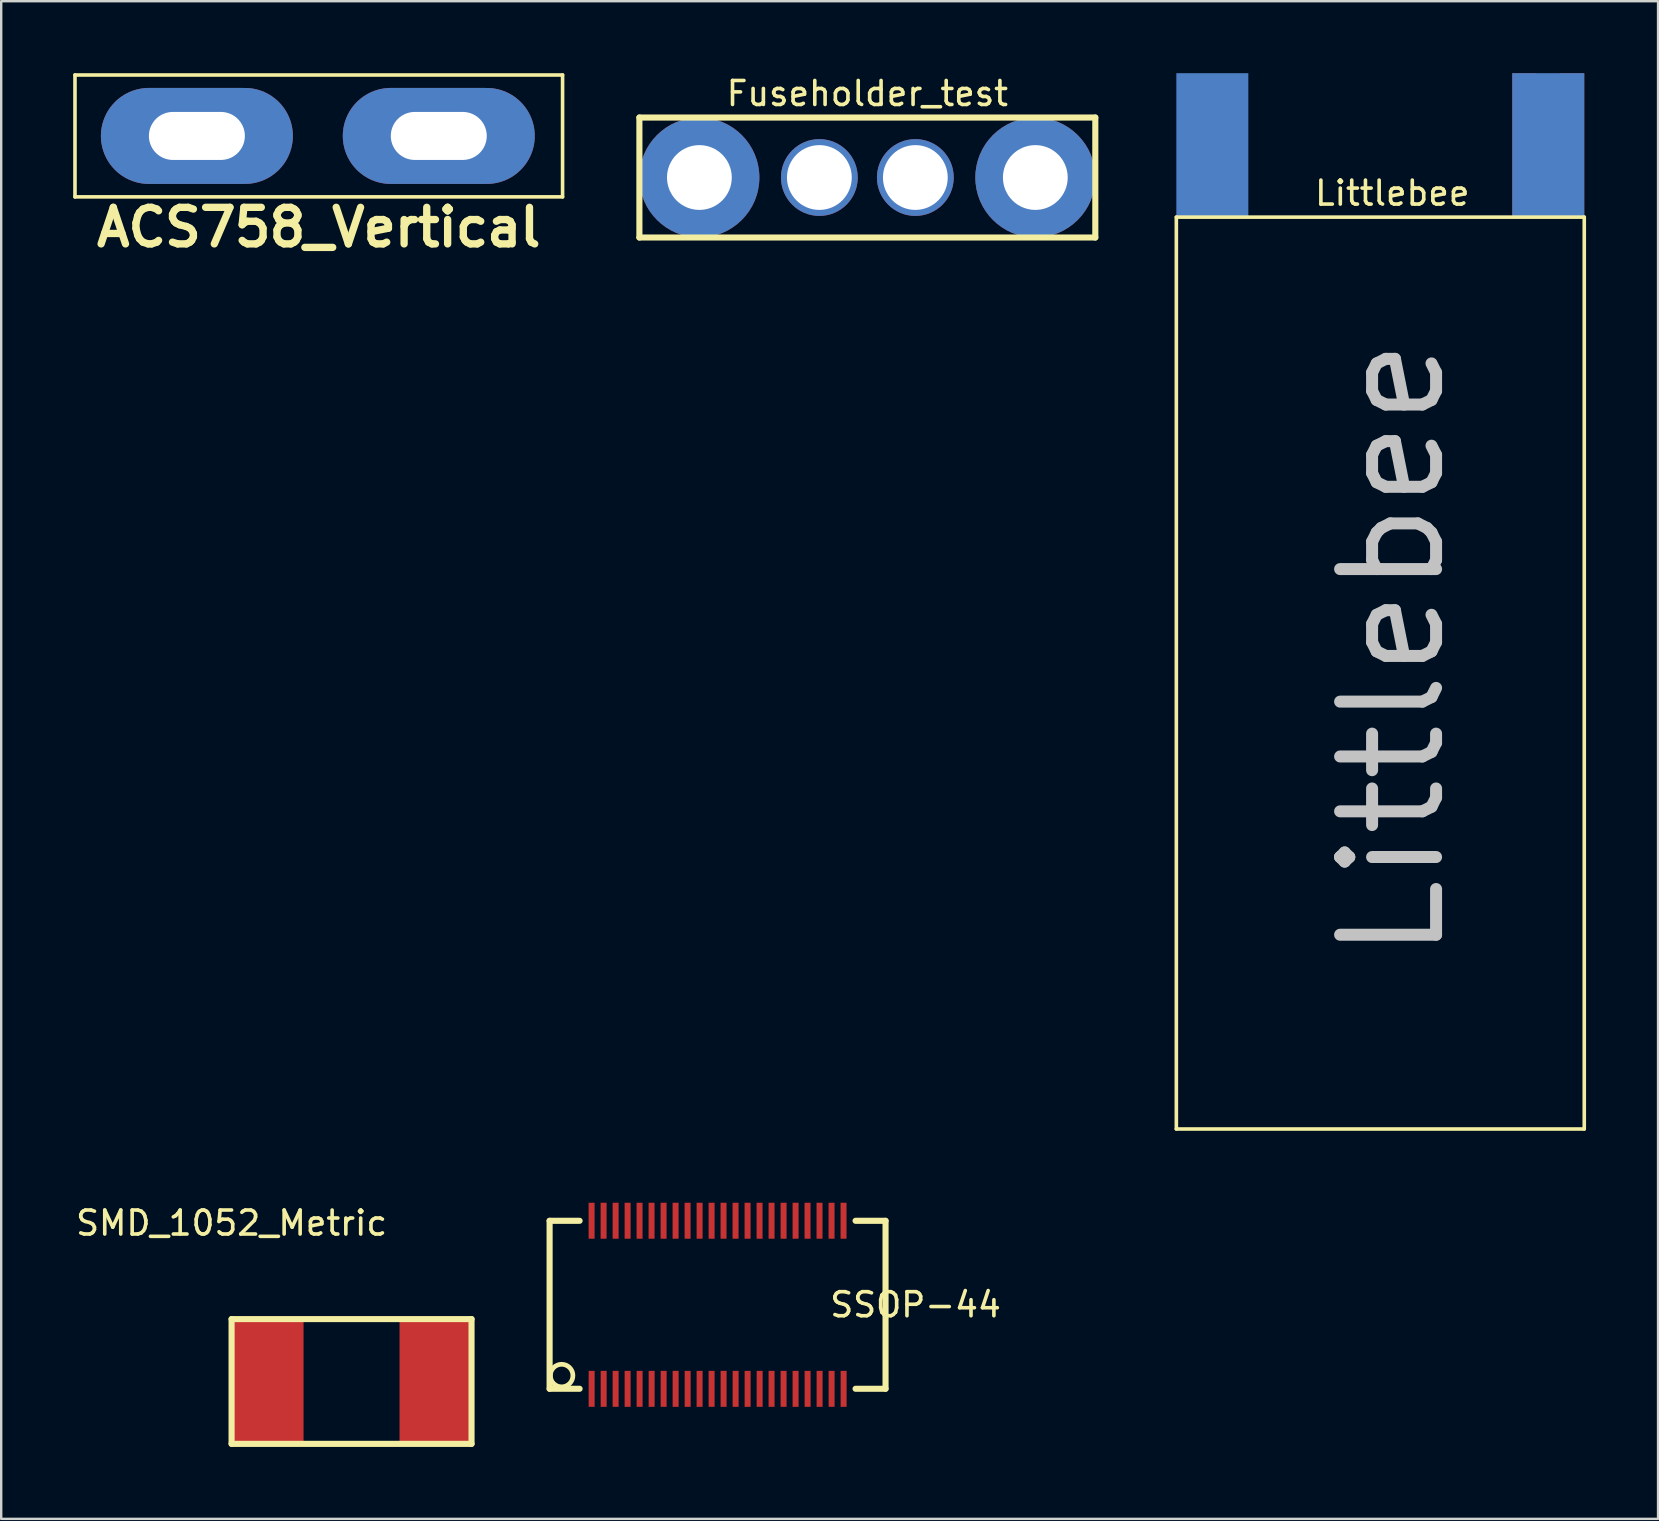
<source format=kicad_pcb>
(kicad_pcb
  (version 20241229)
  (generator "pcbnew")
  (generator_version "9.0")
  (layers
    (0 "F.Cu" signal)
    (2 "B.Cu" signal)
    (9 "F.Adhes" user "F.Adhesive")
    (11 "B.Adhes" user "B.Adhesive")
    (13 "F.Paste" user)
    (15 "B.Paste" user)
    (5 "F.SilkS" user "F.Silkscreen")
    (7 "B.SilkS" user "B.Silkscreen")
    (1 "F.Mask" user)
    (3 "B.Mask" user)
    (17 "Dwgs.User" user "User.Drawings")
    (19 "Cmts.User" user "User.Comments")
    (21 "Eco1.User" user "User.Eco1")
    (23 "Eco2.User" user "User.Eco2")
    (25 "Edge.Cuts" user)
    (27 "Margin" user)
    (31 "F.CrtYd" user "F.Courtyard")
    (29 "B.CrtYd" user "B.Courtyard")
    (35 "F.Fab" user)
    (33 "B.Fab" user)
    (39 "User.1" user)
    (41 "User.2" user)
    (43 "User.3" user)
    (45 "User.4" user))
  (footprint "Fuseholder_test"
    (layer "F.Cu")
    (at 33.097 4.348)
    (property "Reference" "Fuseholder_test" (at 0 -3.5 0) (layer "F.SilkS") (effects (font (size 1 1) (thickness 0.15))))
    (attr through_hole)
    (fp_line (start -9.5 -2.5) (end 9.5 -2.5) (stroke (width 0.254) (type solid)) (layer "F.SilkS"))
    (fp_line (start -9.5 2.5) (end -9.5 -2.5) (stroke (width 0.254) (type solid)) (layer "F.SilkS"))
    (fp_line (start 9.5 -2.5) (end 9.5 2.5) (stroke (width 0.254) (type solid)) (layer "F.SilkS"))
    (fp_line (start 9.5 2.5) (end -9.5 2.5) (stroke (width 0.254) (type solid)) (layer "F.SilkS"))
    (pad "1" thru_hole circle (at -7 0) (size 5 5) (drill 2.7) (layers "*.Cu" "*.Mask"))
    (pad "1" thru_hole circle (at -2 0) (size 3.2 3.2) (drill 2.7) (layers "*.Cu" "*.Mask"))
    (pad "2" thru_hole circle (at 2 0) (size 3.2 3.2) (drill 2.7) (layers "*.Cu" "*.Mask"))
    (pad "2" thru_hole circle (at 7 0) (size 5 5) (drill 2.7) (layers "*.Cu" "*.Mask")))
  (footprint "ACS758_Vertical"
    (layer "F.Cu")
    (at 10.235 2.615)
    (property "Reference" "ACS758_Vertical" (at 0 3.81 0) (layer "F.SilkS") (effects (font (size 1.524 1.524) (thickness 0.305))))
    (attr through_hole)
    (fp_line (start -10.16 -2.54) (end -10.16 2.54) (stroke (width 0.15) (type solid)) (layer "F.SilkS"))
    (fp_line (start -10.16 2.54) (end 10.16 2.54) (stroke (width 0.15) (type solid)) (layer "F.SilkS"))
    (fp_line (start 10.16 -2.54) (end -10.16 -2.54) (stroke (width 0.15) (type solid)) (layer "F.SilkS"))
    (fp_line (start 10.16 2.54) (end 10.16 -2.54) (stroke (width 0.15) (type solid)) (layer "F.SilkS"))
    (pad "4" thru_hole oval (at 5.001 0) (size 8 4) (drill oval 4 2) (layers "*.Cu" "*.Mask"))
    (pad "5" thru_hole oval (at -5.08 0) (size 8 4) (drill oval 4 2) (layers "*.Cu" "*.Mask")))
  (footprint "SMD_1052_Metric"
    (layer "F.Cu")
    (at 6.601 51.923)
    (property "Reference" "SMD_1052_Metric" (at 0 -4 0) (layer "F.SilkS") (effects (font (size 1 1) (thickness 0.15))))
    (attr through_hole)
    (fp_line (start 0 0) (end 10 0) (stroke (width 0.254) (type solid)) (layer "F.SilkS"))
    (fp_line (start 0 5.2) (end 0 0) (stroke (width 0.254) (type solid)) (layer "F.SilkS"))
    (fp_line (start 10 0) (end 10 5.2) (stroke (width 0.254) (type solid)) (layer "F.SilkS"))
    (fp_line (start 10 5.2) (end 0 5.2) (stroke (width 0.254) (type solid)) (layer "F.SilkS"))
    (pad "1" smd rect (at 1.5 2.6) (size 3 5.2) (layers "F.Cu" "F.Mask" "F.Paste"))
    (pad "2" smd rect (at 8.5 2.6) (size 3 5.2) (layers "F.Cu" "F.Mask" "F.Paste")))
  (footprint "Littlebee"
    (layer "F.Cu")
    (at 45.974 6)
    (property "Reference" "Littlebee" (at 9 -1 0) (layer "F.SilkS") (effects (font (size 1 1) (thickness 0.15))))
    (attr through_hole)
    (fp_line (start 0 0) (end 17 0) (stroke (width 0.15) (type solid)) (layer "F.SilkS"))
    (fp_line (start 0 38) (end 0 0) (stroke (width 0.15) (type solid)) (layer "F.SilkS"))
    (fp_line (start 0 38) (end 17 38) (stroke (width 0.15) (type solid)) (layer "F.SilkS"))
    (fp_line (start 17 38) (end 17 0) (stroke (width 0.15) (type solid)) (layer "F.SilkS"))
    (fp_text user "Littlebee" (at 9 18 90) (layer "Dwgs.User") (effects (font (size 4 4) (thickness 0.5))))
    (pad "1" smd rect (at 1.5 -3) (size 3 6) (layers "B.Cu" "B.Mask" "B.Paste"))
    (pad "2" smd rect (at 15.5 -3) (size 3 6) (layers "B.Cu" "B.Mask" "B.Paste"))
    (pad "3" smd rect (at 14.5 -3) (size 1 6) (layers "F.Cu" "F.Mask" "F.Paste"))
    (pad "4" smd rect (at 16.5 -3) (size 1 6) (layers "F.Cu" "F.Mask" "F.Paste")))
  (footprint "SSOP-44"
    (placed yes)
    (layer "F.Cu")
    (at 26.855 51.327)
    (property "Reference" "SSOP-44" (at 8.25 0 0) (layer "F.SilkS") (effects (font (size 1.001 1.001) (thickness 0.15))))
    (attr through_hole)
    (fp_line (start -7 -3.5) (end -7 3.5) (stroke (width 0.254) (type solid)) (layer "F.SilkS"))
    (fp_line (start -7 3.5) (end -5.75 3.5) (stroke (width 0.254) (type solid)) (layer "F.SilkS"))
    (fp_line (start -5.75 -3.5) (end -7 -3.5) (stroke (width 0.254) (type solid)) (layer "F.SilkS"))
    (fp_line (start 5.75 -3.5) (end 7 -3.5) (stroke (width 0.254) (type solid)) (layer "F.SilkS"))
    (fp_line (start 7 -3.5) (end 7 3.5) (stroke (width 0.254) (type solid)) (layer "F.SilkS"))
    (fp_line (start 7 3.5) (end 5.75 3.5) (stroke (width 0.254) (type solid)) (layer "F.SilkS"))
    (fp_circle (center -6.499 2.95) (end -6.1 3.199) (stroke (width 0.196) (type solid)) (fill no) (layer "F.SilkS"))
    (pad "1" smd rect (at -5.248 3.503) (size 0.249 1.499) (layers "F.Cu" "F.Mask" "F.Paste"))
    (pad "2" smd rect (at -4.747 3.503) (size 0.249 1.499) (layers "F.Cu" "F.Mask" "F.Paste"))
    (pad "3" smd rect (at -4.249 3.503) (size 0.249 1.499) (layers "F.Cu" "F.Mask" "F.Paste"))
    (pad "4" smd rect (at -3.749 3.503) (size 0.249 1.499) (layers "F.Cu" "F.Mask" "F.Paste"))
    (pad "5" smd rect (at -3.249 3.503) (size 0.249 1.499) (layers "F.Cu" "F.Mask" "F.Paste"))
    (pad "6" smd rect (at -2.748 3.503) (size 0.249 1.499) (layers "F.Cu" "F.Mask" "F.Paste"))
    (pad "7" smd rect (at -2.248 3.503) (size 0.249 1.499) (layers "F.Cu" "F.Mask" "F.Paste"))
    (pad "8" smd rect (at -1.748 3.503) (size 0.249 1.499) (layers "F.Cu" "F.Mask" "F.Paste"))
    (pad "9" smd rect (at -1.247 3.503) (size 0.249 1.499) (layers "F.Cu" "F.Mask" "F.Paste"))
    (pad "10" smd rect (at -0.749 3.503) (size 0.249 1.499) (layers "F.Cu" "F.Mask" "F.Paste"))
    (pad "11" smd rect (at -0.249 3.503) (size 0.249 1.499) (layers "F.Cu" "F.Mask" "F.Paste"))
    (pad "12" smd rect (at 0.251 3.503) (size 0.249 1.499) (layers "F.Cu" "F.Mask" "F.Paste"))
    (pad "13" smd rect (at 0.752 3.503) (size 0.249 1.499) (layers "F.Cu" "F.Mask" "F.Paste"))
    (pad "14" smd rect (at 1.252 3.503) (size 0.249 1.499) (layers "F.Cu" "F.Mask" "F.Paste"))
    (pad "15" smd rect (at 1.753 3.503) (size 0.249 1.499) (layers "F.Cu" "F.Mask" "F.Paste"))
    (pad "16" smd rect (at 2.25 3.503) (size 0.249 1.499) (layers "F.Cu" "F.Mask" "F.Paste"))
    (pad "17" smd rect (at 2.751 3.503) (size 0.249 1.499) (layers "F.Cu" "F.Mask" "F.Paste"))
    (pad "18" smd rect (at 3.251 3.503) (size 0.249 1.499) (layers "F.Cu" "F.Mask" "F.Paste"))
    (pad "19" smd rect (at 3.752 3.503) (size 0.249 1.499) (layers "F.Cu" "F.Mask" "F.Paste"))
    (pad "20" smd rect (at 4.252 3.503) (size 0.249 1.499) (layers "F.Cu" "F.Mask" "F.Paste"))
    (pad "21" smd rect (at 4.752 3.503) (size 0.249 1.499) (layers "F.Cu" "F.Mask" "F.Paste"))
    (pad "22" smd rect (at 5.253 3.503) (size 0.249 1.499) (layers "F.Cu" "F.Mask" "F.Paste"))
    (pad "23" smd rect (at 5.25 -3.503) (size 0.249 1.499) (layers "F.Cu" "F.Mask" "F.Paste"))
    (pad "24" smd rect (at 4.75 -3.503) (size 0.249 1.499) (layers "F.Cu" "F.Mask" "F.Paste"))
    (pad "25" smd rect (at 4.249 -3.503) (size 0.249 1.499) (layers "F.Cu" "F.Mask" "F.Paste"))
    (pad "26" smd rect (at 3.749 -3.503) (size 0.249 1.499) (layers "F.Cu" "F.Mask" "F.Paste"))
    (pad "27" smd rect (at 3.251 -3.503) (size 0.249 1.499) (layers "F.Cu" "F.Mask" "F.Paste"))
    (pad "28" smd rect (at 2.751 -3.503) (size 0.249 1.499) (layers "F.Cu" "F.Mask" "F.Paste"))
    (pad "29" smd rect (at 2.25 -3.503) (size 0.249 1.499) (layers "F.Cu" "F.Mask" "F.Paste"))
    (pad "30" smd rect (at 1.75 -3.503) (size 0.249 1.499) (layers "F.Cu" "F.Mask" "F.Paste"))
    (pad "31" smd rect (at 1.25 -3.503) (size 0.249 1.499) (layers "F.Cu" "F.Mask" "F.Paste"))
    (pad "32" smd rect (at 0.749 -3.503) (size 0.249 1.499) (layers "F.Cu" "F.Mask" "F.Paste"))
    (pad "33" smd rect (at 0.249 -3.503) (size 0.249 1.499) (layers "F.Cu" "F.Mask" "F.Paste"))
    (pad "34" smd rect (at -0.249 -3.503) (size 0.249 1.499) (layers "F.Cu" "F.Mask" "F.Paste"))
    (pad "35" smd rect (at -0.749 -3.503) (size 0.249 1.499) (layers "F.Cu" "F.Mask" "F.Paste"))
    (pad "36" smd rect (at -1.25 -3.503) (size 0.249 1.499) (layers "F.Cu" "F.Mask" "F.Paste"))
    (pad "37" smd rect (at -1.75 -3.503) (size 0.249 1.499) (layers "F.Cu" "F.Mask" "F.Paste"))
    (pad "38" smd rect (at -2.25 -3.503) (size 0.249 1.499) (layers "F.Cu" "F.Mask" "F.Paste"))
    (pad "39" smd rect (at -2.751 -3.503) (size 0.249 1.499) (layers "F.Cu" "F.Mask" "F.Paste"))
    (pad "40" smd rect (at -3.251 -3.503) (size 0.249 1.499) (layers "F.Cu" "F.Mask" "F.Paste"))
    (pad "41" smd rect (at -3.749 -3.503) (size 0.249 1.499) (layers "F.Cu" "F.Mask" "F.Paste"))
    (pad "42" smd rect (at -4.249 -3.503) (size 0.249 1.499) (layers "F.Cu" "F.Mask" "F.Paste"))
    (pad "43" smd rect (at -4.75 -3.503) (size 0.249 1.499) (layers "F.Cu" "F.Mask" "F.Paste"))
    (pad "44" smd rect (at -5.25 -3.503) (size 0.249 1.499) (layers "F.Cu" "F.Mask" "F.Paste")))
  (gr_rect
    (start -3 -3)
    (end 66.049 60.25)
    (stroke (width 0.1) (type default))
    (fill no)
    (layer "Edge.Cuts")))
</source>
